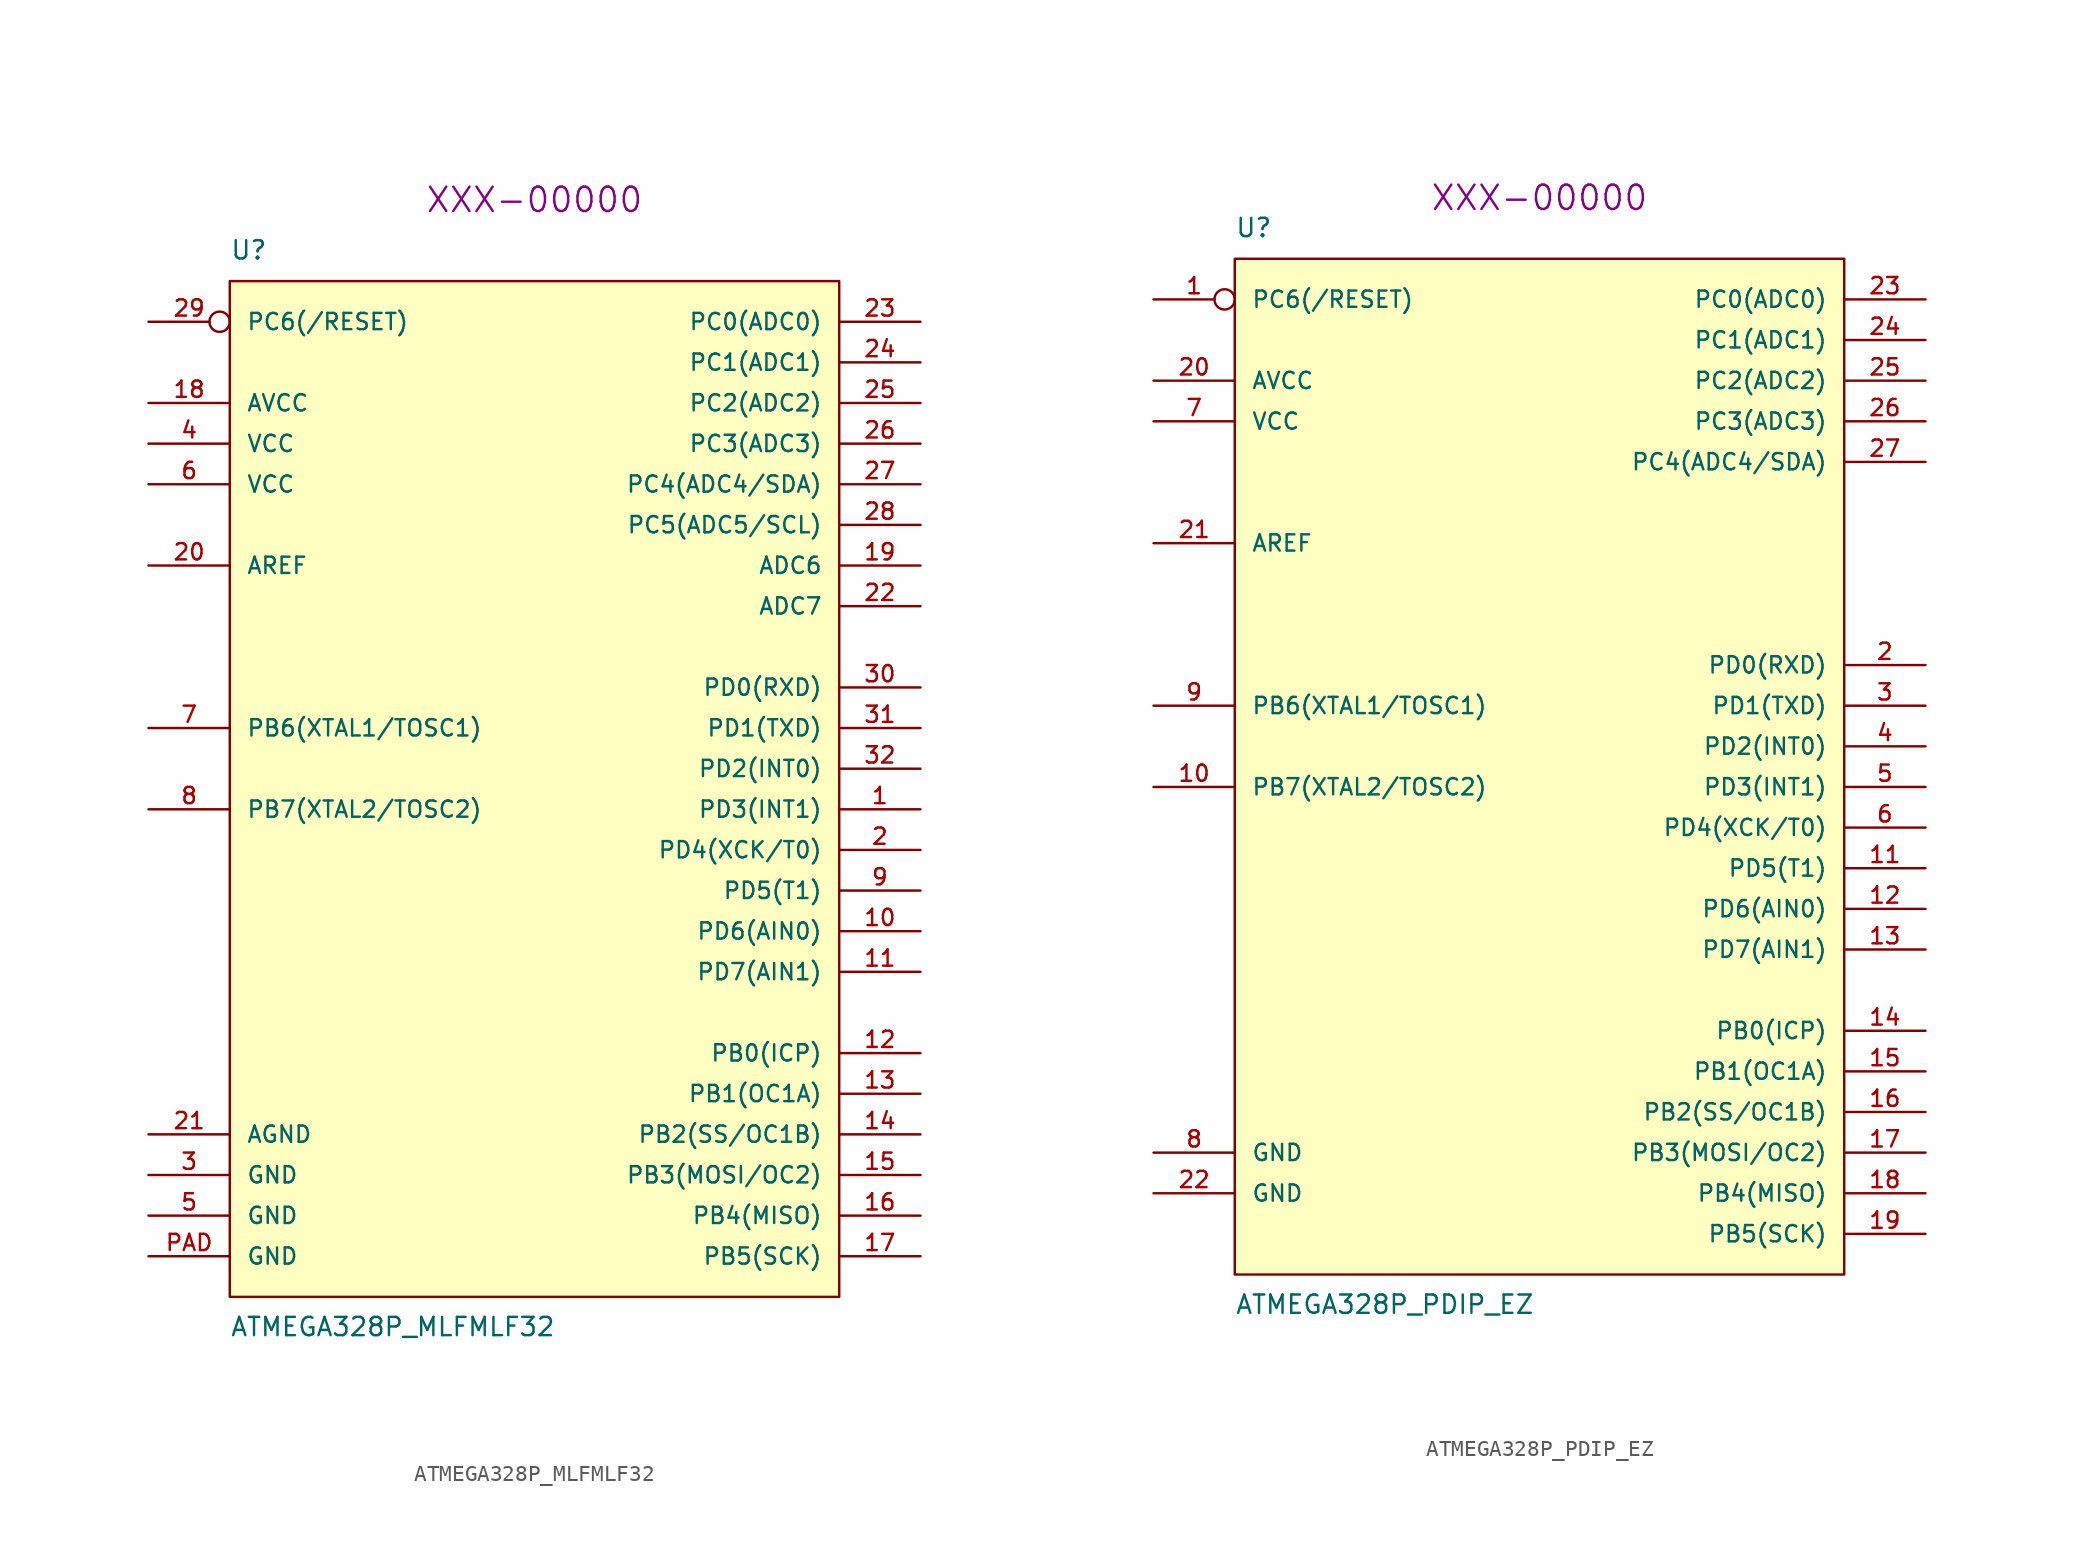
<source format=kicad_sym>
(kicad_symbol_lib
  (version 20201005)
  (generator kicad_symbol_editor)
  (symbol "ATMEGA328P_MLFMLF32"
    (pin_names
      (offset 1.016))
    (property "Reference" "U"
      (at -19.05 33.02 0)
      (effects (font (size 1.143 1.143)) (justify left bottom)))
    (property "Value" "ATMEGA328P_MLFMLF32"
      (at -19.05 -34.29 0)
      (effects (font (size 1.143 1.143)) (justify left bottom)))
    (property "PROD_ID" "XXX-00000"
      (at 0 36.83 0)
      (effects (font (size 1.524 1.524))))
    (property "ki_locked" ""
      (at 0 0 0)
      (effects (font (size 1.27 1.27))))
    (symbol "ATMEGA328P_MLFMLF32_1_1"
      (polyline (pts (xy -19.05 31.75) (xy 19.05 31.75) (xy 19.05 -31.75) (xy -19.05 -31.75) (xy -19.05 31.75)) (stroke (width 0)) (fill (type background)))
      (pin bidirectional line (at 24.13 -1.27 180) (length 5.08) (name "PD3(INT1)" (effects (font (size 1.016 1.016)))) (number "1" (effects (font (size 1.016 1.016)))))
      (pin bidirectional line (at 24.13 -3.81 180) (length 5.08) (name "PD4(XCK/T0)" (effects (font (size 1.016 1.016)))) (number "2" (effects (font (size 1.016 1.016)))))
      (pin bidirectional line (at -24.13 -24.13 0) (length 5.08) (name "GND" (effects (font (size 1.016 1.016)))) (number "3" (effects (font (size 1.016 1.016)))))
      (pin bidirectional line (at -24.13 21.59 0) (length 5.08) (name "VCC" (effects (font (size 1.016 1.016)))) (number "4" (effects (font (size 1.016 1.016)))))
      (pin bidirectional line (at -24.13 -26.67 0) (length 5.08) (name "GND" (effects (font (size 1.016 1.016)))) (number "5" (effects (font (size 1.016 1.016)))))
      (pin bidirectional line (at -24.13 19.05 0) (length 5.08) (name "VCC" (effects (font (size 1.016 1.016)))) (number "6" (effects (font (size 1.016 1.016)))))
      (pin bidirectional line (at -24.13 3.81 0) (length 5.08) (name "PB6(XTAL1/TOSC1)" (effects (font (size 1.016 1.016)))) (number "7" (effects (font (size 1.016 1.016)))))
      (pin bidirectional line (at -24.13 -1.27 0) (length 5.08) (name "PB7(XTAL2/TOSC2)" (effects (font (size 1.016 1.016)))) (number "8" (effects (font (size 1.016 1.016)))))
      (pin bidirectional line (at 24.13 -6.35 180) (length 5.08) (name "PD5(T1)" (effects (font (size 1.016 1.016)))) (number "9" (effects (font (size 1.016 1.016)))))
      (pin bidirectional line (at 24.13 -8.89 180) (length 5.08) (name "PD6(AIN0)" (effects (font (size 1.016 1.016)))) (number "10" (effects (font (size 1.016 1.016)))))
      (pin bidirectional line (at -24.13 13.97 0) (length 5.08) (name "AREF" (effects (font (size 1.016 1.016)))) (number "20" (effects (font (size 1.016 1.016)))))
      (pin bidirectional line (at 24.13 6.35 180) (length 5.08) (name "PD0(RXD)" (effects (font (size 1.016 1.016)))) (number "30" (effects (font (size 1.016 1.016)))))
      (pin bidirectional line (at 24.13 -11.43 180) (length 5.08) (name "PD7(AIN1)" (effects (font (size 1.016 1.016)))) (number "11" (effects (font (size 1.016 1.016)))))
      (pin bidirectional line (at -24.13 -21.59 0) (length 5.08) (name "AGND" (effects (font (size 1.016 1.016)))) (number "21" (effects (font (size 1.016 1.016)))))
      (pin bidirectional line (at 24.13 3.81 180) (length 5.08) (name "PD1(TXD)" (effects (font (size 1.016 1.016)))) (number "31" (effects (font (size 1.016 1.016)))))
      (pin bidirectional line (at 24.13 -16.51 180) (length 5.08) (name "PB0(ICP)" (effects (font (size 1.016 1.016)))) (number "12" (effects (font (size 1.016 1.016)))))
      (pin bidirectional line (at 24.13 11.43 180) (length 5.08) (name "ADC7" (effects (font (size 1.016 1.016)))) (number "22" (effects (font (size 1.016 1.016)))))
      (pin bidirectional line (at 24.13 1.27 180) (length 5.08) (name "PD2(INT0)" (effects (font (size 1.016 1.016)))) (number "32" (effects (font (size 1.016 1.016)))))
      (pin bidirectional line (at 24.13 -19.05 180) (length 5.08) (name "PB1(OC1A)" (effects (font (size 1.016 1.016)))) (number "13" (effects (font (size 1.016 1.016)))))
      (pin bidirectional line (at 24.13 29.21 180) (length 5.08) (name "PC0(ADC0)" (effects (font (size 1.016 1.016)))) (number "23" (effects (font (size 1.016 1.016)))))
      (pin bidirectional line (at 24.13 -21.59 180) (length 5.08) (name "PB2(SS/OC1B)" (effects (font (size 1.016 1.016)))) (number "14" (effects (font (size 1.016 1.016)))))
      (pin bidirectional line (at 24.13 26.67 180) (length 5.08) (name "PC1(ADC1)" (effects (font (size 1.016 1.016)))) (number "24" (effects (font (size 1.016 1.016)))))
      (pin bidirectional line (at 24.13 -24.13 180) (length 5.08) (name "PB3(MOSI/OC2)" (effects (font (size 1.016 1.016)))) (number "15" (effects (font (size 1.016 1.016)))))
      (pin bidirectional line (at 24.13 24.13 180) (length 5.08) (name "PC2(ADC2)" (effects (font (size 1.016 1.016)))) (number "25" (effects (font (size 1.016 1.016)))))
      (pin bidirectional line (at 24.13 -26.67 180) (length 5.08) (name "PB4(MISO)" (effects (font (size 1.016 1.016)))) (number "16" (effects (font (size 1.016 1.016)))))
      (pin bidirectional line (at 24.13 21.59 180) (length 5.08) (name "PC3(ADC3)" (effects (font (size 1.016 1.016)))) (number "26" (effects (font (size 1.016 1.016)))))
      (pin bidirectional line (at 24.13 -29.21 180) (length 5.08) (name "PB5(SCK)" (effects (font (size 1.016 1.016)))) (number "17" (effects (font (size 1.016 1.016)))))
      (pin bidirectional line (at 24.13 19.05 180) (length 5.08) (name "PC4(ADC4/SDA)" (effects (font (size 1.016 1.016)))) (number "27" (effects (font (size 1.016 1.016)))))
      (pin bidirectional line (at -24.13 24.13 0) (length 5.08) (name "AVCC" (effects (font (size 1.016 1.016)))) (number "18" (effects (font (size 1.016 1.016)))))
      (pin bidirectional line (at 24.13 16.51 180) (length 5.08) (name "PC5(ADC5/SCL)" (effects (font (size 1.016 1.016)))) (number "28" (effects (font (size 1.016 1.016)))))
      (pin bidirectional line (at 24.13 13.97 180) (length 5.08) (name "ADC6" (effects (font (size 1.016 1.016)))) (number "19" (effects (font (size 1.016 1.016)))))
      (pin bidirectional inverted (at -24.13 29.21 0) (length 5.08) (name "PC6(/RESET)" (effects (font (size 1.016 1.016)))) (number "29" (effects (font (size 1.016 1.016)))))
      (pin bidirectional line (at -24.13 -29.21 0) (length 5.08) (name "GND" (effects (font (size 1.016 1.016)))) (number "PAD" (effects (font (size 1.016 1.016)))))))
  (symbol "ATMEGA328P_PDIP_EZ"
    (pin_names
      (offset 1.016))
    (property "Reference" "U"
      (at -19.05 33.02 0)
      (effects (font (size 1.143 1.143)) (justify left bottom)))
    (property "Value" "ATMEGA328P_PDIP_EZ"
      (at -19.05 -34.29 0)
      (effects (font (size 1.143 1.143)) (justify left bottom)))
    (property "Field4" "XXX-00000"
      (at 0 35.56 0)
      (effects (font (size 1.524 1.524))))
    (property "ki_locked" ""
      (at 0 0 0)
      (effects (font (size 1.27 1.27))))
    (symbol "ATMEGA328P_PDIP_EZ_1_1"
      (polyline (pts (xy -19.05 31.75) (xy 19.05 31.75) (xy 19.05 -31.75) (xy -19.05 -31.75) (xy -19.05 31.75)) (stroke (width 0)) (fill (type background)))
      (pin bidirectional inverted (at -24.13 29.21 0) (length 5.08) (name "PC6(/RESET)" (effects (font (size 1.016 1.016)))) (number "1" (effects (font (size 1.016 1.016)))))
      (pin bidirectional line (at 24.13 6.35 180) (length 5.08) (name "PD0(RXD)" (effects (font (size 1.016 1.016)))) (number "2" (effects (font (size 1.016 1.016)))))
      (pin bidirectional line (at 24.13 3.81 180) (length 5.08) (name "PD1(TXD)" (effects (font (size 1.016 1.016)))) (number "3" (effects (font (size 1.016 1.016)))))
      (pin bidirectional line (at 24.13 1.27 180) (length 5.08) (name "PD2(INT0)" (effects (font (size 1.016 1.016)))) (number "4" (effects (font (size 1.016 1.016)))))
      (pin bidirectional line (at 24.13 -1.27 180) (length 5.08) (name "PD3(INT1)" (effects (font (size 1.016 1.016)))) (number "5" (effects (font (size 1.016 1.016)))))
      (pin bidirectional line (at 24.13 -3.81 180) (length 5.08) (name "PD4(XCK/T0)" (effects (font (size 1.016 1.016)))) (number "6" (effects (font (size 1.016 1.016)))))
      (pin bidirectional line (at -24.13 21.59 0) (length 5.08) (name "VCC" (effects (font (size 1.016 1.016)))) (number "7" (effects (font (size 1.016 1.016)))))
      (pin bidirectional line (at -24.13 -24.13 0) (length 5.08) (name "GND" (effects (font (size 1.016 1.016)))) (number "8" (effects (font (size 1.016 1.016)))))
      (pin bidirectional line (at -24.13 3.81 0) (length 5.08) (name "PB6(XTAL1/TOSC1)" (effects (font (size 1.016 1.016)))) (number "9" (effects (font (size 1.016 1.016)))))
      (pin bidirectional line (at -24.13 -1.27 0) (length 5.08) (name "PB7(XTAL2/TOSC2)" (effects (font (size 1.016 1.016)))) (number "10" (effects (font (size 1.016 1.016)))))
      (pin bidirectional line (at -24.13 24.13 0) (length 5.08) (name "AVCC" (effects (font (size 1.016 1.016)))) (number "20" (effects (font (size 1.016 1.016)))))
      (pin bidirectional line (at 24.13 -6.35 180) (length 5.08) (name "PD5(T1)" (effects (font (size 1.016 1.016)))) (number "11" (effects (font (size 1.016 1.016)))))
      (pin bidirectional line (at -24.13 13.97 0) (length 5.08) (name "AREF" (effects (font (size 1.016 1.016)))) (number "21" (effects (font (size 1.016 1.016)))))
      (pin bidirectional line (at 24.13 -8.89 180) (length 5.08) (name "PD6(AIN0)" (effects (font (size 1.016 1.016)))) (number "12" (effects (font (size 1.016 1.016)))))
      (pin bidirectional line (at -24.13 -26.67 0) (length 5.08) (name "GND" (effects (font (size 1.016 1.016)))) (number "22" (effects (font (size 1.016 1.016)))))
      (pin bidirectional line (at 24.13 -11.43 180) (length 5.08) (name "PD7(AIN1)" (effects (font (size 1.016 1.016)))) (number "13" (effects (font (size 1.016 1.016)))))
      (pin bidirectional line (at 24.13 29.21 180) (length 5.08) (name "PC0(ADC0)" (effects (font (size 1.016 1.016)))) (number "23" (effects (font (size 1.016 1.016)))))
      (pin bidirectional line (at 24.13 -16.51 180) (length 5.08) (name "PB0(ICP)" (effects (font (size 1.016 1.016)))) (number "14" (effects (font (size 1.016 1.016)))))
      (pin bidirectional line (at 24.13 26.67 180) (length 5.08) (name "PC1(ADC1)" (effects (font (size 1.016 1.016)))) (number "24" (effects (font (size 1.016 1.016)))))
      (pin bidirectional line (at 24.13 -19.05 180) (length 5.08) (name "PB1(OC1A)" (effects (font (size 1.016 1.016)))) (number "15" (effects (font (size 1.016 1.016)))))
      (pin bidirectional line (at 24.13 24.13 180) (length 5.08) (name "PC2(ADC2)" (effects (font (size 1.016 1.016)))) (number "25" (effects (font (size 1.016 1.016)))))
      (pin bidirectional line (at 24.13 -21.59 180) (length 5.08) (name "PB2(SS/OC1B)" (effects (font (size 1.016 1.016)))) (number "16" (effects (font (size 1.016 1.016)))))
      (pin bidirectional line (at 24.13 21.59 180) (length 5.08) (name "PC3(ADC3)" (effects (font (size 1.016 1.016)))) (number "26" (effects (font (size 1.016 1.016)))))
      (pin bidirectional line (at 24.13 -24.13 180) (length 5.08) (name "PB3(MOSI/OC2)" (effects (font (size 1.016 1.016)))) (number "17" (effects (font (size 1.016 1.016)))))
      (pin bidirectional line (at 24.13 19.05 180) (length 5.08) (name "PC4(ADC4/SDA)" (effects (font (size 1.016 1.016)))) (number "27" (effects (font (size 1.016 1.016)))))
      (pin bidirectional line (at 24.13 -26.67 180) (length 5.08) (name "PB4(MISO)" (effects (font (size 1.016 1.016)))) (number "18" (effects (font (size 1.016 1.016)))))
      (pin bidirectional line (at 24.13 -29.21 180) (length 5.08) (name "PB5(SCK)" (effects (font (size 1.016 1.016)))) (number "19" (effects (font (size 1.016 1.016))))))))
</source>
